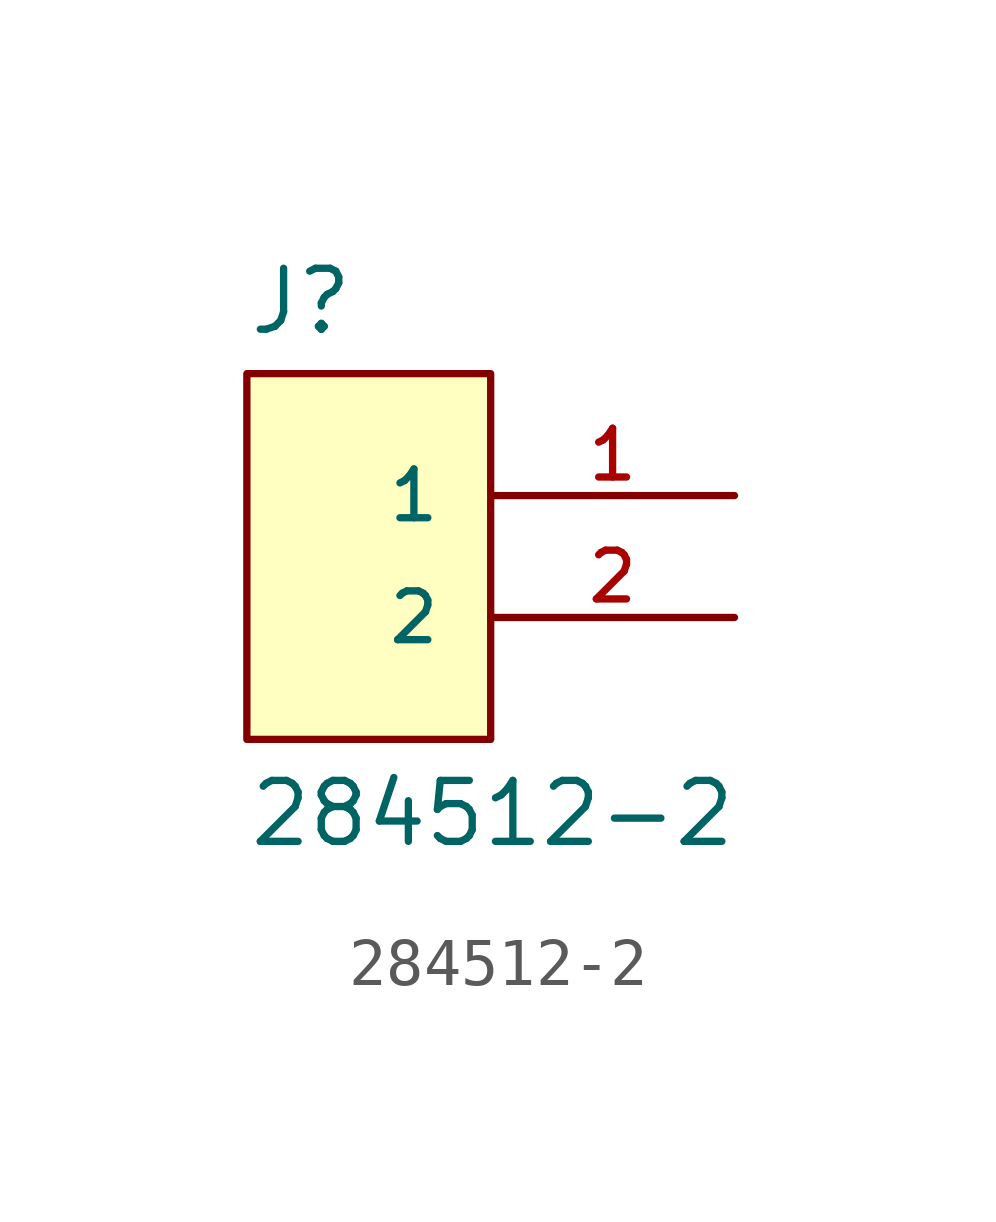
<source format=kicad_sym>
(kicad_symbol_lib
  (version 20220914)
  (generator kicad_symbol_editor)
  (symbol "284512-2"
    (pin_names
      (offset 1.016))
    (property "Reference" "J"
      (at -2.54 3.302 0)
      (effects (font (size 1.27 1.27)) (justify left bottom)))
    (property "Value" "284512-2"
      (at -2.541 -7.368 0)
      (effects (font (size 1.27 1.27)) (justify left bottom)))
    (symbol "284512-2_0_0"
      (rectangle (start -2.54 -5.08) (end 2.54 2.54) (stroke (width 0.152) (type default)) (fill (type background)))
      (pin passive line (at 7.62 0 180) (length 5.08) (name "1" (effects (font (size 1.016 1.016)))) (number "1" (effects (font (size 1.016 1.016)))))
      (pin passive line (at 7.62 -2.54 180) (length 5.08) (name "2" (effects (font (size 1.016 1.016)))) (number "2" (effects (font (size 1.016 1.016))))))))
</source>
